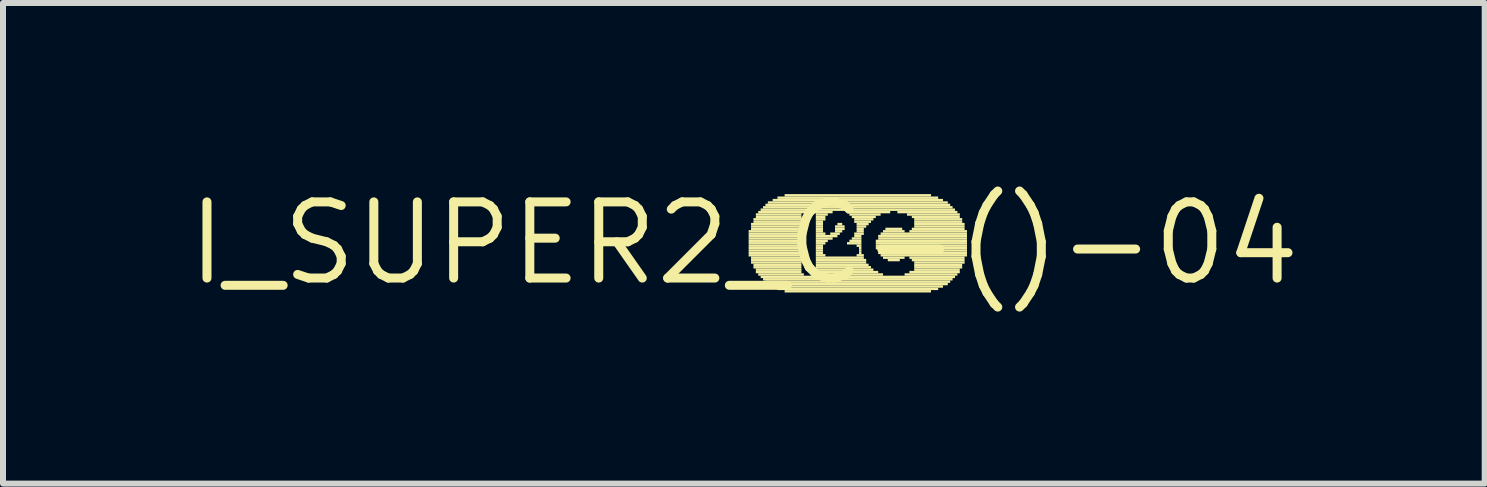
<source format=kicad_pcb>
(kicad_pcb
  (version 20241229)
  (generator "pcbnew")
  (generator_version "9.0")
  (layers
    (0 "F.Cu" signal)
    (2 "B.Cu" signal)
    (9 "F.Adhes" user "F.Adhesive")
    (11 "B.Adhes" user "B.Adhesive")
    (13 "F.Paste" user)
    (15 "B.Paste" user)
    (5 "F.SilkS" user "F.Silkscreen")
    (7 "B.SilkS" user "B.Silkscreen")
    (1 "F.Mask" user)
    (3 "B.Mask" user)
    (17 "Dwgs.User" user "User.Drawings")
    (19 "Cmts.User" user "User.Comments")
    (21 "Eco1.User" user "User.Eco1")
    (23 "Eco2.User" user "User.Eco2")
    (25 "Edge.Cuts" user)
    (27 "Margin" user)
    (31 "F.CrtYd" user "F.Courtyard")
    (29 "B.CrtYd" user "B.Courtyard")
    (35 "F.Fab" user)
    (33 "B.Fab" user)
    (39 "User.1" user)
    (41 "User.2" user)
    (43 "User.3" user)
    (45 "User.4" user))
  (footprint "I_SUPER2_C-()-04"
    (layer "F.Cu")
    (at 9.351 1.006)
    (property "Reference" "I_SUPER2_C-()-04" (at 0 0 0) (layer "F.SilkS") (effects (font (size 1.27 1.27) (thickness 0.15))))
    (fp_poly (pts (xy 0.08 -0.18) (xy 0.96 -0.18) (xy 0.96 -0.22) (xy 0.08 -0.22)) (stroke (width 0) (type solid)) (fill yes) (layer "F.SilkS"))
    (fp_poly (pts (xy 0.08 -0.14) (xy 0.96 -0.14) (xy 0.96 -0.18) (xy 0.08 -0.18)) (stroke (width 0) (type solid)) (fill yes) (layer "F.SilkS"))
    (fp_poly (pts (xy 0.08 -0.1) (xy 0.96 -0.1) (xy 0.96 -0.14) (xy 0.08 -0.14)) (stroke (width 0) (type solid)) (fill yes) (layer "F.SilkS"))
    (fp_poly (pts (xy 0.08 -0.06) (xy 0.96 -0.06) (xy 0.96 -0.1) (xy 0.08 -0.1)) (stroke (width 0) (type solid)) (fill yes) (layer "F.SilkS"))
    (fp_poly (pts (xy 0.08 -0.02) (xy 0.96 -0.02) (xy 0.96 -0.06) (xy 0.08 -0.06)) (stroke (width 0) (type solid)) (fill yes) (layer "F.SilkS"))
    (fp_poly (pts (xy 0.08 0.02) (xy 0.96 0.02) (xy 0.96 -0.02) (xy 0.08 -0.02)) (stroke (width 0) (type solid)) (fill yes) (layer "F.SilkS"))
    (fp_poly (pts (xy 0.08 0.06) (xy 0.96 0.06) (xy 0.96 0.02) (xy 0.08 0.02)) (stroke (width 0) (type solid)) (fill yes) (layer "F.SilkS"))
    (fp_poly (pts (xy 0.08 0.1) (xy 0.96 0.1) (xy 0.96 0.06) (xy 0.08 0.06)) (stroke (width 0) (type solid)) (fill yes) (layer "F.SilkS"))
    (fp_poly (pts (xy 0.08 0.14) (xy 0.96 0.14) (xy 0.96 0.1) (xy 0.08 0.1)) (stroke (width 0) (type solid)) (fill yes) (layer "F.SilkS"))
    (fp_poly (pts (xy 0.08 0.18) (xy 0.96 0.18) (xy 0.96 0.14) (xy 0.08 0.14)) (stroke (width 0) (type solid)) (fill yes) (layer "F.SilkS"))
    (fp_poly (pts (xy 0.08 0.22) (xy 0.96 0.22) (xy 0.96 0.18) (xy 0.08 0.18)) (stroke (width 0) (type solid)) (fill yes) (layer "F.SilkS"))
    (fp_poly (pts (xy 0.12 -0.3) (xy 0.96 -0.3) (xy 0.96 -0.34) (xy 0.12 -0.34)) (stroke (width 0) (type solid)) (fill yes) (layer "F.SilkS"))
    (fp_poly (pts (xy 0.12 -0.26) (xy 0.96 -0.26) (xy 0.96 -0.3) (xy 0.12 -0.3)) (stroke (width 0) (type solid)) (fill yes) (layer "F.SilkS"))
    (fp_poly (pts (xy 0.12 -0.22) (xy 0.96 -0.22) (xy 0.96 -0.26) (xy 0.12 -0.26)) (stroke (width 0) (type solid)) (fill yes) (layer "F.SilkS"))
    (fp_poly (pts (xy 0.12 0.26) (xy 0.96 0.26) (xy 0.96 0.22) (xy 0.12 0.22)) (stroke (width 0) (type solid)) (fill yes) (layer "F.SilkS"))
    (fp_poly (pts (xy 0.12 0.3) (xy 0.96 0.3) (xy 0.96 0.26) (xy 0.12 0.26)) (stroke (width 0) (type solid)) (fill yes) (layer "F.SilkS"))
    (fp_poly (pts (xy 0.12 0.34) (xy 0.96 0.34) (xy 0.96 0.3) (xy 0.12 0.3)) (stroke (width 0) (type solid)) (fill yes) (layer "F.SilkS"))
    (fp_poly (pts (xy 0.16 -0.38) (xy 0.96 -0.38) (xy 0.96 -0.42) (xy 0.16 -0.42)) (stroke (width 0) (type solid)) (fill yes) (layer "F.SilkS"))
    (fp_poly (pts (xy 0.16 -0.34) (xy 0.96 -0.34) (xy 0.96 -0.38) (xy 0.16 -0.38)) (stroke (width 0) (type solid)) (fill yes) (layer "F.SilkS"))
    (fp_poly (pts (xy 0.16 0.38) (xy 0.96 0.38) (xy 0.96 0.34) (xy 0.16 0.34)) (stroke (width 0) (type solid)) (fill yes) (layer "F.SilkS"))
    (fp_poly (pts (xy 0.16 0.42) (xy 0.96 0.42) (xy 0.96 0.38) (xy 0.16 0.38)) (stroke (width 0) (type solid)) (fill yes) (layer "F.SilkS"))
    (fp_poly (pts (xy 0.2 -0.46) (xy 0.96 -0.46) (xy 0.96 -0.5) (xy 0.2 -0.5)) (stroke (width 0) (type solid)) (fill yes) (layer "F.SilkS"))
    (fp_poly (pts (xy 0.2 -0.42) (xy 0.96 -0.42) (xy 0.96 -0.46) (xy 0.2 -0.46)) (stroke (width 0) (type solid)) (fill yes) (layer "F.SilkS"))
    (fp_poly (pts (xy 0.2 0.46) (xy 0.96 0.46) (xy 0.96 0.42) (xy 0.2 0.42)) (stroke (width 0) (type solid)) (fill yes) (layer "F.SilkS"))
    (fp_poly (pts (xy 0.2 0.5) (xy 0.96 0.5) (xy 0.96 0.46) (xy 0.2 0.46)) (stroke (width 0) (type solid)) (fill yes) (layer "F.SilkS"))
    (fp_poly (pts (xy 0.24 -0.5) (xy 1.48 -0.5) (xy 1.48 -0.54) (xy 0.24 -0.54)) (stroke (width 0) (type solid)) (fill yes) (layer "F.SilkS"))
    (fp_poly (pts (xy 0.24 0.54) (xy 1 0.54) (xy 1 0.5) (xy 0.24 0.5)) (stroke (width 0) (type solid)) (fill yes) (layer "F.SilkS"))
    (fp_poly (pts (xy 0.28 -0.54) (xy 3.52 -0.54) (xy 3.52 -0.58) (xy 0.28 -0.58)) (stroke (width 0) (type solid)) (fill yes) (layer "F.SilkS"))
    (fp_poly (pts (xy 0.28 0.58) (xy 3.52 0.58) (xy 3.52 0.54) (xy 0.28 0.54)) (stroke (width 0) (type solid)) (fill yes) (layer "F.SilkS"))
    (fp_poly (pts (xy 0.32 -0.58) (xy 3.48 -0.58) (xy 3.48 -0.62) (xy 0.32 -0.62)) (stroke (width 0) (type solid)) (fill yes) (layer "F.SilkS"))
    (fp_poly (pts (xy 0.32 0.62) (xy 3.48 0.62) (xy 3.48 0.58) (xy 0.32 0.58)) (stroke (width 0) (type solid)) (fill yes) (layer "F.SilkS"))
    (fp_poly (pts (xy 0.36 -0.62) (xy 3.44 -0.62) (xy 3.44 -0.66) (xy 0.36 -0.66)) (stroke (width 0) (type solid)) (fill yes) (layer "F.SilkS"))
    (fp_poly (pts (xy 0.36 0.66) (xy 3.44 0.66) (xy 3.44 0.62) (xy 0.36 0.62)) (stroke (width 0) (type solid)) (fill yes) (layer "F.SilkS"))
    (fp_poly (pts (xy 0.4 -0.66) (xy 3.4 -0.66) (xy 3.4 -0.7) (xy 0.4 -0.7)) (stroke (width 0) (type solid)) (fill yes) (layer "F.SilkS"))
    (fp_poly (pts (xy 0.4 0.7) (xy 3.4 0.7) (xy 3.4 0.66) (xy 0.4 0.66)) (stroke (width 0) (type solid)) (fill yes) (layer "F.SilkS"))
    (fp_poly (pts (xy 0.48 -0.7) (xy 3.32 -0.7) (xy 3.32 -0.74) (xy 0.48 -0.74)) (stroke (width 0) (type solid)) (fill yes) (layer "F.SilkS"))
    (fp_poly (pts (xy 0.48 0.74) (xy 3.32 0.74) (xy 3.32 0.7) (xy 0.48 0.7)) (stroke (width 0) (type solid)) (fill yes) (layer "F.SilkS"))
    (fp_poly (pts (xy 0.56 -0.74) (xy 3.24 -0.74) (xy 3.24 -0.78) (xy 0.56 -0.78)) (stroke (width 0) (type solid)) (fill yes) (layer "F.SilkS"))
    (fp_poly (pts (xy 0.56 0.78) (xy 3.24 0.78) (xy 3.24 0.74) (xy 0.56 0.74)) (stroke (width 0) (type solid)) (fill yes) (layer "F.SilkS"))
    (fp_poly (pts (xy 0.68 -0.78) (xy 3.12 -0.78) (xy 3.12 -0.82) (xy 0.68 -0.82)) (stroke (width 0) (type solid)) (fill yes) (layer "F.SilkS"))
    (fp_poly (pts (xy 0.68 0.82) (xy 3.12 0.82) (xy 3.12 0.78) (xy 0.68 0.78)) (stroke (width 0) (type solid)) (fill yes) (layer "F.SilkS"))
    (fp_poly (pts (xy 1.16 0.54) (xy 2.32 0.54) (xy 2.32 0.5) (xy 1.16 0.5)) (stroke (width 0) (type solid)) (fill yes) (layer "F.SilkS"))
    (fp_poly (pts (xy 1.2 -0.46) (xy 1.4 -0.46) (xy 1.4 -0.5) (xy 1.2 -0.5)) (stroke (width 0) (type solid)) (fill yes) (layer "F.SilkS"))
    (fp_poly (pts (xy 1.2 -0.42) (xy 1.36 -0.42) (xy 1.36 -0.46) (xy 1.2 -0.46)) (stroke (width 0) (type solid)) (fill yes) (layer "F.SilkS"))
    (fp_poly (pts (xy 1.2 -0.38) (xy 1.36 -0.38) (xy 1.36 -0.42) (xy 1.2 -0.42)) (stroke (width 0) (type solid)) (fill yes) (layer "F.SilkS"))
    (fp_poly (pts (xy 1.2 -0.34) (xy 1.32 -0.34) (xy 1.32 -0.38) (xy 1.2 -0.38)) (stroke (width 0) (type solid)) (fill yes) (layer "F.SilkS"))
    (fp_poly (pts (xy 1.2 -0.3) (xy 1.32 -0.3) (xy 1.32 -0.34) (xy 1.2 -0.34)) (stroke (width 0) (type solid)) (fill yes) (layer "F.SilkS"))
    (fp_poly (pts (xy 1.2 -0.26) (xy 1.32 -0.26) (xy 1.32 -0.3) (xy 1.2 -0.3)) (stroke (width 0) (type solid)) (fill yes) (layer "F.SilkS"))
    (fp_poly (pts (xy 1.2 -0.22) (xy 1.32 -0.22) (xy 1.32 -0.26) (xy 1.2 -0.26)) (stroke (width 0) (type solid)) (fill yes) (layer "F.SilkS"))
    (fp_poly (pts (xy 1.2 -0.18) (xy 1.32 -0.18) (xy 1.32 -0.22) (xy 1.2 -0.22)) (stroke (width 0) (type solid)) (fill yes) (layer "F.SilkS"))
    (fp_poly (pts (xy 1.2 -0.14) (xy 1.36 -0.14) (xy 1.36 -0.18) (xy 1.2 -0.18)) (stroke (width 0) (type solid)) (fill yes) (layer "F.SilkS"))
    (fp_poly (pts (xy 1.2 -0.1) (xy 1.56 -0.1) (xy 1.56 -0.14) (xy 1.2 -0.14)) (stroke (width 0) (type solid)) (fill yes) (layer "F.SilkS"))
    (fp_poly (pts (xy 1.2 -0.06) (xy 1.48 -0.06) (xy 1.48 -0.1) (xy 1.2 -0.1)) (stroke (width 0) (type solid)) (fill yes) (layer "F.SilkS"))
    (fp_poly (pts (xy 1.2 -0.02) (xy 1.4 -0.02) (xy 1.4 -0.06) (xy 1.2 -0.06)) (stroke (width 0) (type solid)) (fill yes) (layer "F.SilkS"))
    (fp_poly (pts (xy 1.2 0.02) (xy 1.36 0.02) (xy 1.36 -0.02) (xy 1.2 -0.02)) (stroke (width 0) (type solid)) (fill yes) (layer "F.SilkS"))
    (fp_poly (pts (xy 1.2 0.06) (xy 1.32 0.06) (xy 1.32 0.02) (xy 1.2 0.02)) (stroke (width 0) (type solid)) (fill yes) (layer "F.SilkS"))
    (fp_poly (pts (xy 1.2 0.1) (xy 1.32 0.1) (xy 1.32 0.06) (xy 1.2 0.06)) (stroke (width 0) (type solid)) (fill yes) (layer "F.SilkS"))
    (fp_poly (pts (xy 1.2 0.14) (xy 1.32 0.14) (xy 1.32 0.1) (xy 1.2 0.1)) (stroke (width 0) (type solid)) (fill yes) (layer "F.SilkS"))
    (fp_poly (pts (xy 1.2 0.18) (xy 1.32 0.18) (xy 1.32 0.14) (xy 1.2 0.14)) (stroke (width 0) (type solid)) (fill yes) (layer "F.SilkS"))
    (fp_poly (pts (xy 1.2 0.22) (xy 1.36 0.22) (xy 1.36 0.18) (xy 1.2 0.18)) (stroke (width 0) (type solid)) (fill yes) (layer "F.SilkS"))
    (fp_poly (pts (xy 1.2 0.26) (xy 2 0.26) (xy 2 0.22) (xy 1.2 0.22)) (stroke (width 0) (type solid)) (fill yes) (layer "F.SilkS"))
    (fp_poly (pts (xy 1.2 0.3) (xy 2.04 0.3) (xy 2.04 0.26) (xy 1.2 0.26)) (stroke (width 0) (type solid)) (fill yes) (layer "F.SilkS"))
    (fp_poly (pts (xy 1.2 0.34) (xy 2.04 0.34) (xy 2.04 0.3) (xy 1.2 0.3)) (stroke (width 0) (type solid)) (fill yes) (layer "F.SilkS"))
    (fp_poly (pts (xy 1.2 0.38) (xy 2.08 0.38) (xy 2.08 0.34) (xy 1.2 0.34)) (stroke (width 0) (type solid)) (fill yes) (layer "F.SilkS"))
    (fp_poly (pts (xy 1.2 0.42) (xy 2.12 0.42) (xy 2.12 0.38) (xy 1.2 0.38)) (stroke (width 0) (type solid)) (fill yes) (layer "F.SilkS"))
    (fp_poly (pts (xy 1.2 0.46) (xy 2.16 0.46) (xy 2.16 0.42) (xy 1.2 0.42)) (stroke (width 0) (type solid)) (fill yes) (layer "F.SilkS"))
    (fp_poly (pts (xy 1.2 0.5) (xy 2.24 0.5) (xy 2.24 0.46) (xy 1.2 0.46)) (stroke (width 0) (type solid)) (fill yes) (layer "F.SilkS"))
    (fp_poly (pts (xy 1.44 -0.14) (xy 1.6 -0.14) (xy 1.6 -0.18) (xy 1.44 -0.18)) (stroke (width 0) (type solid)) (fill yes) (layer "F.SilkS"))
    (fp_poly (pts (xy 1.52 -0.26) (xy 1.68 -0.26) (xy 1.68 -0.3) (xy 1.52 -0.3)) (stroke (width 0) (type solid)) (fill yes) (layer "F.SilkS"))
    (fp_poly (pts (xy 1.52 -0.22) (xy 1.68 -0.22) (xy 1.68 -0.26) (xy 1.52 -0.26)) (stroke (width 0) (type solid)) (fill yes) (layer "F.SilkS"))
    (fp_poly (pts (xy 1.52 -0.18) (xy 1.64 -0.18) (xy 1.64 -0.22) (xy 1.52 -0.22)) (stroke (width 0) (type solid)) (fill yes) (layer "F.SilkS"))
    (fp_poly (pts (xy 1.56 -0.3) (xy 1.64 -0.3) (xy 1.64 -0.34) (xy 1.56 -0.34)) (stroke (width 0) (type solid)) (fill yes) (layer "F.SilkS"))
    (fp_poly (pts (xy 1.72 -0.5) (xy 2.44 -0.5) (xy 2.44 -0.54) (xy 1.72 -0.54)) (stroke (width 0) (type solid)) (fill yes) (layer "F.SilkS"))
    (fp_poly (pts (xy 1.72 0.02) (xy 1.96 0.02) (xy 1.96 -0.02) (xy 1.72 -0.02)) (stroke (width 0) (type solid)) (fill yes) (layer "F.SilkS"))
    (fp_poly (pts (xy 1.76 -0.46) (xy 2.28 -0.46) (xy 2.28 -0.5) (xy 1.76 -0.5)) (stroke (width 0) (type solid)) (fill yes) (layer "F.SilkS"))
    (fp_poly (pts (xy 1.76 -0.02) (xy 1.96 -0.02) (xy 1.96 -0.06) (xy 1.76 -0.06)) (stroke (width 0) (type solid)) (fill yes) (layer "F.SilkS"))
    (fp_poly (pts (xy 1.8 -0.42) (xy 2.2 -0.42) (xy 2.2 -0.46) (xy 1.8 -0.46)) (stroke (width 0) (type solid)) (fill yes) (layer "F.SilkS"))
    (fp_poly (pts (xy 1.8 -0.06) (xy 1.96 -0.06) (xy 1.96 -0.1) (xy 1.8 -0.1)) (stroke (width 0) (type solid)) (fill yes) (layer "F.SilkS"))
    (fp_poly (pts (xy 1.84 -0.38) (xy 2.16 -0.38) (xy 2.16 -0.42) (xy 1.84 -0.42)) (stroke (width 0) (type solid)) (fill yes) (layer "F.SilkS"))
    (fp_poly (pts (xy 1.84 -0.34) (xy 2.12 -0.34) (xy 2.12 -0.38) (xy 1.84 -0.38)) (stroke (width 0) (type solid)) (fill yes) (layer "F.SilkS"))
    (fp_poly (pts (xy 1.84 -0.14) (xy 2 -0.14) (xy 2 -0.18) (xy 1.84 -0.18)) (stroke (width 0) (type solid)) (fill yes) (layer "F.SilkS"))
    (fp_poly (pts (xy 1.84 -0.1) (xy 1.96 -0.1) (xy 1.96 -0.14) (xy 1.84 -0.14)) (stroke (width 0) (type solid)) (fill yes) (layer "F.SilkS"))
    (fp_poly (pts (xy 1.88 -0.3) (xy 2.08 -0.3) (xy 2.08 -0.34) (xy 1.88 -0.34)) (stroke (width 0) (type solid)) (fill yes) (layer "F.SilkS"))
    (fp_poly (pts (xy 1.88 -0.26) (xy 2.04 -0.26) (xy 2.04 -0.3) (xy 1.88 -0.3)) (stroke (width 0) (type solid)) (fill yes) (layer "F.SilkS"))
    (fp_poly (pts (xy 1.88 -0.22) (xy 2 -0.22) (xy 2 -0.26) (xy 1.88 -0.26)) (stroke (width 0) (type solid)) (fill yes) (layer "F.SilkS"))
    (fp_poly (pts (xy 1.88 -0.18) (xy 2 -0.18) (xy 2 -0.22) (xy 1.88 -0.22)) (stroke (width 0) (type solid)) (fill yes) (layer "F.SilkS"))
    (fp_poly (pts (xy 1.88 0.06) (xy 1.96 0.06) (xy 1.96 0.02) (xy 1.88 0.02)) (stroke (width 0) (type solid)) (fill yes) (layer "F.SilkS"))
    (fp_poly (pts (xy 1.88 0.22) (xy 2 0.22) (xy 2 0.18) (xy 1.88 0.18)) (stroke (width 0) (type solid)) (fill yes) (layer "F.SilkS"))
    (fp_poly (pts (xy 1.92 0.1) (xy 1.96 0.1) (xy 1.96 0.06) (xy 1.92 0.06)) (stroke (width 0) (type solid)) (fill yes) (layer "F.SilkS"))
    (fp_poly (pts (xy 1.92 0.14) (xy 1.96 0.14) (xy 1.96 0.1) (xy 1.92 0.1)) (stroke (width 0) (type solid)) (fill yes) (layer "F.SilkS"))
    (fp_poly (pts (xy 1.92 0.18) (xy 1.96 0.18) (xy 1.96 0.14) (xy 1.92 0.14)) (stroke (width 0) (type solid)) (fill yes) (layer "F.SilkS"))
    (fp_poly (pts (xy 2.2 -0.02) (xy 3.72 -0.02) (xy 3.72 -0.06) (xy 2.2 -0.06)) (stroke (width 0) (type solid)) (fill yes) (layer "F.SilkS"))
    (fp_poly (pts (xy 2.2 0.02) (xy 3.72 0.02) (xy 3.72 -0.02) (xy 2.2 -0.02)) (stroke (width 0) (type solid)) (fill yes) (layer "F.SilkS"))
    (fp_poly (pts (xy 2.2 0.06) (xy 3.72 0.06) (xy 3.72 0.02) (xy 2.2 0.02)) (stroke (width 0) (type solid)) (fill yes) (layer "F.SilkS"))
    (fp_poly (pts (xy 2.2 0.1) (xy 3.72 0.1) (xy 3.72 0.06) (xy 2.2 0.06)) (stroke (width 0) (type solid)) (fill yes) (layer "F.SilkS"))
    (fp_poly (pts (xy 2.24 -0.1) (xy 3.72 -0.1) (xy 3.72 -0.14) (xy 2.24 -0.14)) (stroke (width 0) (type solid)) (fill yes) (layer "F.SilkS"))
    (fp_poly (pts (xy 2.24 -0.06) (xy 3.72 -0.06) (xy 3.72 -0.1) (xy 2.24 -0.1)) (stroke (width 0) (type solid)) (fill yes) (layer "F.SilkS"))
    (fp_poly (pts (xy 2.24 0.14) (xy 3.72 0.14) (xy 3.72 0.1) (xy 2.24 0.1)) (stroke (width 0) (type solid)) (fill yes) (layer "F.SilkS"))
    (fp_poly (pts (xy 2.24 0.18) (xy 3.72 0.18) (xy 3.72 0.14) (xy 2.24 0.14)) (stroke (width 0) (type solid)) (fill yes) (layer "F.SilkS"))
    (fp_poly (pts (xy 2.28 -0.14) (xy 3.72 -0.14) (xy 3.72 -0.18) (xy 2.28 -0.18)) (stroke (width 0) (type solid)) (fill yes) (layer "F.SilkS"))
    (fp_poly (pts (xy 2.28 0.22) (xy 3.72 0.22) (xy 3.72 0.18) (xy 2.28 0.18)) (stroke (width 0) (type solid)) (fill yes) (layer "F.SilkS"))
    (fp_poly (pts (xy 2.32 -0.18) (xy 2.68 -0.18) (xy 2.68 -0.22) (xy 2.32 -0.22)) (stroke (width 0) (type solid)) (fill yes) (layer "F.SilkS"))
    (fp_poly (pts (xy 2.32 0.26) (xy 2.68 0.26) (xy 2.68 0.22) (xy 2.32 0.22)) (stroke (width 0) (type solid)) (fill yes) (layer "F.SilkS"))
    (fp_poly (pts (xy 2.36 -0.22) (xy 2.64 -0.22) (xy 2.64 -0.26) (xy 2.36 -0.26)) (stroke (width 0) (type solid)) (fill yes) (layer "F.SilkS"))
    (fp_poly (pts (xy 2.4 0.3) (xy 2.6 0.3) (xy 2.6 0.26) (xy 2.4 0.26)) (stroke (width 0) (type solid)) (fill yes) (layer "F.SilkS"))
    (fp_poly (pts (xy 2.56 -0.5) (xy 3.56 -0.5) (xy 3.56 -0.54) (xy 2.56 -0.54)) (stroke (width 0) (type solid)) (fill yes) (layer "F.SilkS"))
    (fp_poly (pts (xy 2.68 0.54) (xy 3.56 0.54) (xy 3.56 0.5) (xy 2.68 0.5)) (stroke (width 0) (type solid)) (fill yes) (layer "F.SilkS"))
    (fp_poly (pts (xy 2.72 -0.46) (xy 3.6 -0.46) (xy 3.6 -0.5) (xy 2.72 -0.5)) (stroke (width 0) (type solid)) (fill yes) (layer "F.SilkS"))
    (fp_poly (pts (xy 2.76 -0.18) (xy 3.72 -0.18) (xy 3.72 -0.22) (xy 2.76 -0.22)) (stroke (width 0) (type solid)) (fill yes) (layer "F.SilkS"))
    (fp_poly (pts (xy 2.76 0.26) (xy 3.68 0.26) (xy 3.68 0.22) (xy 2.76 0.22)) (stroke (width 0) (type solid)) (fill yes) (layer "F.SilkS"))
    (fp_poly (pts (xy 2.76 0.5) (xy 3.6 0.5) (xy 3.6 0.46) (xy 2.76 0.46)) (stroke (width 0) (type solid)) (fill yes) (layer "F.SilkS"))
    (fp_poly (pts (xy 2.8 -0.42) (xy 3.6 -0.42) (xy 3.6 -0.46) (xy 2.8 -0.46)) (stroke (width 0) (type solid)) (fill yes) (layer "F.SilkS"))
    (fp_poly (pts (xy 2.8 -0.22) (xy 3.68 -0.22) (xy 3.68 -0.26) (xy 2.8 -0.26)) (stroke (width 0) (type solid)) (fill yes) (layer "F.SilkS"))
    (fp_poly (pts (xy 2.8 0.3) (xy 3.68 0.3) (xy 3.68 0.26) (xy 2.8 0.26)) (stroke (width 0) (type solid)) (fill yes) (layer "F.SilkS"))
    (fp_poly (pts (xy 2.84 -0.38) (xy 3.64 -0.38) (xy 3.64 -0.42) (xy 2.84 -0.42)) (stroke (width 0) (type solid)) (fill yes) (layer "F.SilkS"))
    (fp_poly (pts (xy 2.84 -0.34) (xy 3.64 -0.34) (xy 3.64 -0.38) (xy 2.84 -0.38)) (stroke (width 0) (type solid)) (fill yes) (layer "F.SilkS"))
    (fp_poly (pts (xy 2.84 -0.3) (xy 3.68 -0.3) (xy 3.68 -0.34) (xy 2.84 -0.34)) (stroke (width 0) (type solid)) (fill yes) (layer "F.SilkS"))
    (fp_poly (pts (xy 2.84 -0.26) (xy 3.68 -0.26) (xy 3.68 -0.3) (xy 2.84 -0.3)) (stroke (width 0) (type solid)) (fill yes) (layer "F.SilkS"))
    (fp_poly (pts (xy 2.84 0.34) (xy 3.68 0.34) (xy 3.68 0.3) (xy 2.84 0.3)) (stroke (width 0) (type solid)) (fill yes) (layer "F.SilkS"))
    (fp_poly (pts (xy 2.84 0.38) (xy 3.64 0.38) (xy 3.64 0.34) (xy 2.84 0.34)) (stroke (width 0) (type solid)) (fill yes) (layer "F.SilkS"))
    (fp_poly (pts (xy 2.84 0.42) (xy 3.64 0.42) (xy 3.64 0.38) (xy 2.84 0.38)) (stroke (width 0) (type solid)) (fill yes) (layer "F.SilkS"))
    (fp_poly (pts (xy 2.84 0.46) (xy 3.6 0.46) (xy 3.6 0.42) (xy 2.84 0.42)) (stroke (width 0) (type solid)) (fill yes) (layer "F.SilkS")))
  (gr_rect
    (start -3 -3)
    (end 21.702 5.012)
    (stroke (width 0.1) (type default))
    (fill no)
    (layer "Edge.Cuts")))
</source>
